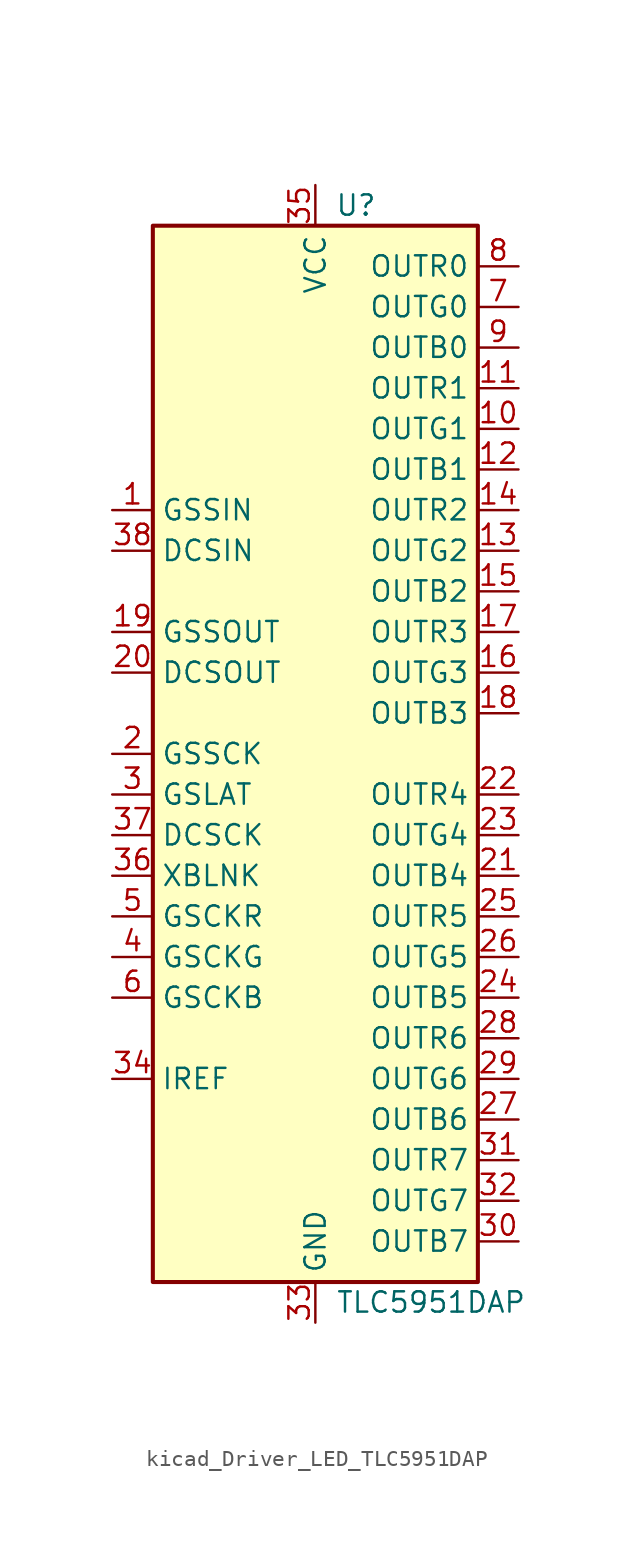
<source format=kicad_sym>
(kicad_symbol_lib
  (version 20220914)
  (generator kicad_symbol_editor)
  (symbol "kicad_Driver_LED_TLC5951DAP"
    (property "Reference" "U"
      (at 2.54 34.29 0)
      (effects (font (size 1.27 1.27))))
    (property "Value" "TLC5951DAP"
      (at 1.27 -34.29 0)
      (effects (font (size 1.27 1.27)) (justify left)))
    (symbol "kicad_Driver_LED_TLC5951DAP_0_1"
      (rectangle (start -10.16 33.02) (end 10.16 -33.02) (stroke (width 0.254) (type default)) (fill (type background)))
      (pin input line (at -12.7 15.24 0) (length 2.54) (name "GSSIN" (effects (font (size 1.27 1.27)))) (number "1" (effects (font (size 1.27 1.27)))))
      (pin open_collector line (at 12.7 20.32 180) (length 2.54) (name "OUTG1" (effects (font (size 1.27 1.27)))) (number "10" (effects (font (size 1.27 1.27)))))
      (pin open_collector line (at 12.7 22.86 180) (length 2.54) (name "OUTR1" (effects (font (size 1.27 1.27)))) (number "11" (effects (font (size 1.27 1.27)))))
      (pin open_collector line (at 12.7 17.78 180) (length 2.54) (name "OUTB1" (effects (font (size 1.27 1.27)))) (number "12" (effects (font (size 1.27 1.27)))))
      (pin open_collector line (at 12.7 12.7 180) (length 2.54) (name "OUTG2" (effects (font (size 1.27 1.27)))) (number "13" (effects (font (size 1.27 1.27)))))
      (pin open_collector line (at 12.7 15.24 180) (length 2.54) (name "OUTR2" (effects (font (size 1.27 1.27)))) (number "14" (effects (font (size 1.27 1.27)))))
      (pin open_collector line (at 12.7 10.16 180) (length 2.54) (name "OUTB2" (effects (font (size 1.27 1.27)))) (number "15" (effects (font (size 1.27 1.27)))))
      (pin open_collector line (at 12.7 5.08 180) (length 2.54) (name "OUTG3" (effects (font (size 1.27 1.27)))) (number "16" (effects (font (size 1.27 1.27)))))
      (pin open_collector line (at 12.7 7.62 180) (length 2.54) (name "OUTR3" (effects (font (size 1.27 1.27)))) (number "17" (effects (font (size 1.27 1.27)))))
      (pin open_collector line (at 12.7 2.54 180) (length 2.54) (name "OUTB3" (effects (font (size 1.27 1.27)))) (number "18" (effects (font (size 1.27 1.27)))))
      (pin input line (at -12.7 0 0) (length 2.54) (name "GSSCK" (effects (font (size 1.27 1.27)))) (number "2" (effects (font (size 1.27 1.27)))))
      (pin open_collector line (at 12.7 -7.62 180) (length 2.54) (name "OUTB4" (effects (font (size 1.27 1.27)))) (number "21" (effects (font (size 1.27 1.27)))))
      (pin open_collector line (at 12.7 -2.54 180) (length 2.54) (name "OUTR4" (effects (font (size 1.27 1.27)))) (number "22" (effects (font (size 1.27 1.27)))))
      (pin open_collector line (at 12.7 -5.08 180) (length 2.54) (name "OUTG4" (effects (font (size 1.27 1.27)))) (number "23" (effects (font (size 1.27 1.27)))))
      (pin open_collector line (at 12.7 -15.24 180) (length 2.54) (name "OUTB5" (effects (font (size 1.27 1.27)))) (number "24" (effects (font (size 1.27 1.27)))))
      (pin open_collector line (at 12.7 -10.16 180) (length 2.54) (name "OUTR5" (effects (font (size 1.27 1.27)))) (number "25" (effects (font (size 1.27 1.27)))))
      (pin open_collector line (at 12.7 -12.7 180) (length 2.54) (name "OUTG5" (effects (font (size 1.27 1.27)))) (number "26" (effects (font (size 1.27 1.27)))))
      (pin open_collector line (at 12.7 -22.86 180) (length 2.54) (name "OUTB6" (effects (font (size 1.27 1.27)))) (number "27" (effects (font (size 1.27 1.27)))))
      (pin open_collector line (at 12.7 -17.78 180) (length 2.54) (name "OUTR6" (effects (font (size 1.27 1.27)))) (number "28" (effects (font (size 1.27 1.27)))))
      (pin open_collector line (at 12.7 -20.32 180) (length 2.54) (name "OUTG6" (effects (font (size 1.27 1.27)))) (number "29" (effects (font (size 1.27 1.27)))))
      (pin input line (at -12.7 -2.54 0) (length 2.54) (name "GSLAT" (effects (font (size 1.27 1.27)))) (number "3" (effects (font (size 1.27 1.27)))))
      (pin open_collector line (at 12.7 -30.48 180) (length 2.54) (name "OUTB7" (effects (font (size 1.27 1.27)))) (number "30" (effects (font (size 1.27 1.27)))))
      (pin open_collector line (at 12.7 -25.4 180) (length 2.54) (name "OUTR7" (effects (font (size 1.27 1.27)))) (number "31" (effects (font (size 1.27 1.27)))))
      (pin open_collector line (at 12.7 -27.94 180) (length 2.54) (name "OUTG7" (effects (font (size 1.27 1.27)))) (number "32" (effects (font (size 1.27 1.27)))))
      (pin power_in line (at 0 -35.56 90) (length 2.54) (name "GND" (effects (font (size 1.27 1.27)))) (number "33" (effects (font (size 1.27 1.27)))))
      (pin passive line (at -12.7 -20.32 0) (length 2.54) (name "IREF" (effects (font (size 1.27 1.27)))) (number "34" (effects (font (size 1.27 1.27)))))
      (pin power_in line (at 0 35.56 270) (length 2.54) (name "VCC" (effects (font (size 1.27 1.27)))) (number "35" (effects (font (size 1.27 1.27)))))
      (pin input line (at -12.7 -7.62 0) (length 2.54) (name "XBLNK" (effects (font (size 1.27 1.27)))) (number "36" (effects (font (size 1.27 1.27)))))
      (pin input line (at -12.7 -5.08 0) (length 2.54) (name "DCSCK" (effects (font (size 1.27 1.27)))) (number "37" (effects (font (size 1.27 1.27)))))
      (pin input line (at -12.7 12.7 0) (length 2.54) (name "DCSIN" (effects (font (size 1.27 1.27)))) (number "38" (effects (font (size 1.27 1.27)))))
      (pin passive line (at 0 -35.56 90) (length 2.54) hide (name "GND" (effects (font (size 1.27 1.27)))) (number "39" (effects (font (size 1.27 1.27)))))
      (pin input line (at -12.7 -12.7 0) (length 2.54) (name "GSCKG" (effects (font (size 1.27 1.27)))) (number "4" (effects (font (size 1.27 1.27)))))
      (pin input line (at -12.7 -10.16 0) (length 2.54) (name "GSCKR" (effects (font (size 1.27 1.27)))) (number "5" (effects (font (size 1.27 1.27)))))
      (pin input line (at -12.7 -15.24 0) (length 2.54) (name "GSCKB" (effects (font (size 1.27 1.27)))) (number "6" (effects (font (size 1.27 1.27)))))
      (pin open_collector line (at 12.7 27.94 180) (length 2.54) (name "OUTG0" (effects (font (size 1.27 1.27)))) (number "7" (effects (font (size 1.27 1.27)))))
      (pin open_collector line (at 12.7 30.48 180) (length 2.54) (name "OUTR0" (effects (font (size 1.27 1.27)))) (number "8" (effects (font (size 1.27 1.27)))))
      (pin open_collector line (at 12.7 25.4 180) (length 2.54) (name "OUTB0" (effects (font (size 1.27 1.27)))) (number "9" (effects (font (size 1.27 1.27))))))
    (symbol "kicad_Driver_LED_TLC5951DAP_1_1"
      (pin output line (at -12.7 7.62 0) (length 2.54) (name "GSSOUT" (effects (font (size 1.27 1.27)))) (number "19" (effects (font (size 1.27 1.27)))))
      (pin output line (at -12.7 5.08 0) (length 2.54) (name "DCSOUT" (effects (font (size 1.27 1.27)))) (number "20" (effects (font (size 1.27 1.27))))))))
</source>
